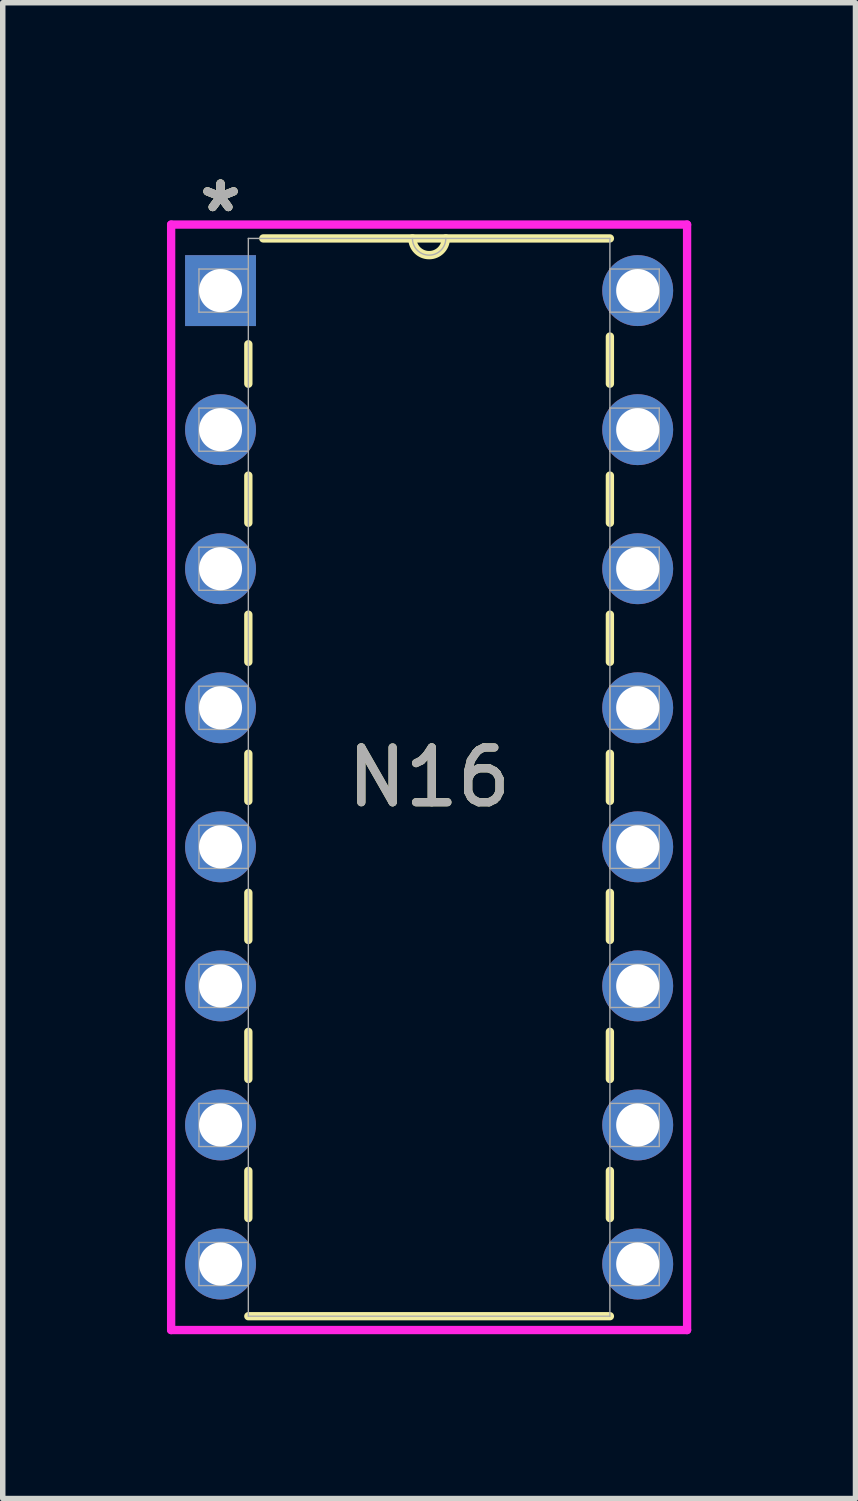
<source format=kicad_pcb>
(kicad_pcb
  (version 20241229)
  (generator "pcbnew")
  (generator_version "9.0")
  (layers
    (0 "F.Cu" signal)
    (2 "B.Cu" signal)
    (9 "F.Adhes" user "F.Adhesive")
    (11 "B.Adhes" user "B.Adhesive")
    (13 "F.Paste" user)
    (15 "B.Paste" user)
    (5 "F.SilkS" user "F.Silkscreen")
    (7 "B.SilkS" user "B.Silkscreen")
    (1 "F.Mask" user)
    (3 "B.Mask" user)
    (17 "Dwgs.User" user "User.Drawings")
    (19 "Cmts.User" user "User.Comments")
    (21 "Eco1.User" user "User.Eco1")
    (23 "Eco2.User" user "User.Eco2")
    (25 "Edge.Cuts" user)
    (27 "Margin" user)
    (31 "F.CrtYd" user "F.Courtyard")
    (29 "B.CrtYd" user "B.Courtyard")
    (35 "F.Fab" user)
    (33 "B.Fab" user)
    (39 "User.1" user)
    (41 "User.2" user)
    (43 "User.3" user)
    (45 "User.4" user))
  (footprint "N16"
    (layer "F.Cu")
    (at 8.598 20.038)
    (property "Reference" "N16" (at -3.81 -8.89 0) (unlocked yes) (layer "F.SilkS") (effects (font (size 1 1) (thickness 0.15))))
    (attr through_hole)
    (fp_line (start -7.112 -16.8) (end -7.112 -16.079) (stroke (width 0.152) (type solid)) (layer "F.SilkS"))
    (fp_line (start -7.112 -14.401) (end -7.112 -13.539) (stroke (width 0.152) (type solid)) (layer "F.SilkS"))
    (fp_line (start -7.112 -11.861) (end -7.112 -10.999) (stroke (width 0.152) (type solid)) (layer "F.SilkS"))
    (fp_line (start -7.112 -9.321) (end -7.112 -8.459) (stroke (width 0.152) (type solid)) (layer "F.SilkS"))
    (fp_line (start -7.112 -6.781) (end -7.112 -5.919) (stroke (width 0.152) (type solid)) (layer "F.SilkS"))
    (fp_line (start -7.112 -4.241) (end -7.112 -3.379) (stroke (width 0.152) (type solid)) (layer "F.SilkS"))
    (fp_line (start -7.112 -1.701) (end -7.112 -0.839) (stroke (width 0.152) (type solid)) (layer "F.SilkS"))
    (fp_line (start -7.112 0.953) (end -0.508 0.953) (stroke (width 0.152) (type solid)) (layer "F.SilkS"))
    (fp_line (start -0.508 -18.733) (end -6.839 -18.733) (stroke (width 0.152) (type solid)) (layer "F.SilkS"))
    (fp_line (start -0.508 -16.079) (end -0.508 -16.941) (stroke (width 0.152) (type solid)) (layer "F.SilkS"))
    (fp_line (start -0.508 -13.539) (end -0.508 -14.401) (stroke (width 0.152) (type solid)) (layer "F.SilkS"))
    (fp_line (start -0.508 -10.999) (end -0.508 -11.861) (stroke (width 0.152) (type solid)) (layer "F.SilkS"))
    (fp_line (start -0.508 -8.459) (end -0.508 -9.321) (stroke (width 0.152) (type solid)) (layer "F.SilkS"))
    (fp_line (start -0.508 -5.919) (end -0.508 -6.781) (stroke (width 0.152) (type solid)) (layer "F.SilkS"))
    (fp_line (start -0.508 -3.379) (end -0.508 -4.241) (stroke (width 0.152) (type solid)) (layer "F.SilkS"))
    (fp_line (start -0.508 -0.839) (end -0.508 -1.701) (stroke (width 0.152) (type solid)) (layer "F.SilkS"))
    (fp_arc (start -3.5052 -18.7325) (mid -3.81 -18.4277) (end -4.1148 -18.7325) (stroke (width 0.1524) (type solid)) (layer "F.SilkS"))
    (fp_line (start -8.522 -18.986) (end -8.522 1.206) (stroke (width 0.152) (type solid)) (layer "F.CrtYd"))
    (fp_line (start -8.522 1.206) (end 0.902 1.206) (stroke (width 0.152) (type solid)) (layer "F.CrtYd"))
    (fp_line (start 0.902 -18.986) (end -8.522 -18.986) (stroke (width 0.152) (type solid)) (layer "F.CrtYd"))
    (fp_line (start 0.902 1.206) (end 0.902 -18.986) (stroke (width 0.152) (type solid)) (layer "F.CrtYd"))
    (fp_line (start -8.014 -18.174) (end -8.014 -17.386) (stroke (width 0.025) (type solid)) (layer "F.Fab"))
    (fp_line (start -8.014 -17.386) (end -7.112 -17.386) (stroke (width 0.025) (type solid)) (layer "F.Fab"))
    (fp_line (start -8.014 -15.634) (end -8.014 -14.846) (stroke (width 0.025) (type solid)) (layer "F.Fab"))
    (fp_line (start -8.014 -14.846) (end -7.112 -14.846) (stroke (width 0.025) (type solid)) (layer "F.Fab"))
    (fp_line (start -8.014 -13.094) (end -8.014 -12.306) (stroke (width 0.025) (type solid)) (layer "F.Fab"))
    (fp_line (start -8.014 -12.306) (end -7.112 -12.306) (stroke (width 0.025) (type solid)) (layer "F.Fab"))
    (fp_line (start -8.014 -10.554) (end -8.014 -9.766) (stroke (width 0.025) (type solid)) (layer "F.Fab"))
    (fp_line (start -8.014 -9.766) (end -7.112 -9.766) (stroke (width 0.025) (type solid)) (layer "F.Fab"))
    (fp_line (start -8.014 -8.014) (end -8.014 -7.226) (stroke (width 0.025) (type solid)) (layer "F.Fab"))
    (fp_line (start -8.014 -7.226) (end -7.112 -7.226) (stroke (width 0.025) (type solid)) (layer "F.Fab"))
    (fp_line (start -8.014 -5.474) (end -8.014 -4.686) (stroke (width 0.025) (type solid)) (layer "F.Fab"))
    (fp_line (start -8.014 -4.686) (end -7.112 -4.686) (stroke (width 0.025) (type solid)) (layer "F.Fab"))
    (fp_line (start -8.014 -2.934) (end -8.014 -2.146) (stroke (width 0.025) (type solid)) (layer "F.Fab"))
    (fp_line (start -8.014 -2.146) (end -7.112 -2.146) (stroke (width 0.025) (type solid)) (layer "F.Fab"))
    (fp_line (start -8.014 -0.394) (end -8.014 0.394) (stroke (width 0.025) (type solid)) (layer "F.Fab"))
    (fp_line (start -8.014 0.394) (end -7.112 0.394) (stroke (width 0.025) (type solid)) (layer "F.Fab"))
    (fp_line (start -7.112 -18.733) (end -7.112 0.953) (stroke (width 0.025) (type solid)) (layer "F.Fab"))
    (fp_line (start -7.112 -18.174) (end -8.014 -18.174) (stroke (width 0.025) (type solid)) (layer "F.Fab"))
    (fp_line (start -7.112 -17.386) (end -7.112 -18.174) (stroke (width 0.025) (type solid)) (layer "F.Fab"))
    (fp_line (start -7.112 -15.634) (end -8.014 -15.634) (stroke (width 0.025) (type solid)) (layer "F.Fab"))
    (fp_line (start -7.112 -14.846) (end -7.112 -15.634) (stroke (width 0.025) (type solid)) (layer "F.Fab"))
    (fp_line (start -7.112 -13.094) (end -8.014 -13.094) (stroke (width 0.025) (type solid)) (layer "F.Fab"))
    (fp_line (start -7.112 -12.306) (end -7.112 -13.094) (stroke (width 0.025) (type solid)) (layer "F.Fab"))
    (fp_line (start -7.112 -10.554) (end -8.014 -10.554) (stroke (width 0.025) (type solid)) (layer "F.Fab"))
    (fp_line (start -7.112 -9.766) (end -7.112 -10.554) (stroke (width 0.025) (type solid)) (layer "F.Fab"))
    (fp_line (start -7.112 -8.014) (end -8.014 -8.014) (stroke (width 0.025) (type solid)) (layer "F.Fab"))
    (fp_line (start -7.112 -7.226) (end -7.112 -8.014) (stroke (width 0.025) (type solid)) (layer "F.Fab"))
    (fp_line (start -7.112 -5.474) (end -8.014 -5.474) (stroke (width 0.025) (type solid)) (layer "F.Fab"))
    (fp_line (start -7.112 -4.686) (end -7.112 -5.474) (stroke (width 0.025) (type solid)) (layer "F.Fab"))
    (fp_line (start -7.112 -2.934) (end -8.014 -2.934) (stroke (width 0.025) (type solid)) (layer "F.Fab"))
    (fp_line (start -7.112 -2.146) (end -7.112 -2.934) (stroke (width 0.025) (type solid)) (layer "F.Fab"))
    (fp_line (start -7.112 -0.394) (end -8.014 -0.394) (stroke (width 0.025) (type solid)) (layer "F.Fab"))
    (fp_line (start -7.112 0.394) (end -7.112 -0.394) (stroke (width 0.025) (type solid)) (layer "F.Fab"))
    (fp_line (start -7.112 0.953) (end -0.508 0.953) (stroke (width 0.025) (type solid)) (layer "F.Fab"))
    (fp_line (start -0.508 -18.733) (end -7.112 -18.733) (stroke (width 0.025) (type solid)) (layer "F.Fab"))
    (fp_line (start -0.508 -18.174) (end -0.508 -17.386) (stroke (width 0.025) (type solid)) (layer "F.Fab"))
    (fp_line (start -0.508 -17.386) (end 0.394 -17.386) (stroke (width 0.025) (type solid)) (layer "F.Fab"))
    (fp_line (start -0.508 -15.634) (end -0.508 -14.846) (stroke (width 0.025) (type solid)) (layer "F.Fab"))
    (fp_line (start -0.508 -14.846) (end 0.394 -14.846) (stroke (width 0.025) (type solid)) (layer "F.Fab"))
    (fp_line (start -0.508 -13.094) (end -0.508 -12.306) (stroke (width 0.025) (type solid)) (layer "F.Fab"))
    (fp_line (start -0.508 -12.306) (end 0.394 -12.306) (stroke (width 0.025) (type solid)) (layer "F.Fab"))
    (fp_line (start -0.508 -10.554) (end -0.508 -9.766) (stroke (width 0.025) (type solid)) (layer "F.Fab"))
    (fp_line (start -0.508 -9.766) (end 0.394 -9.766) (stroke (width 0.025) (type solid)) (layer "F.Fab"))
    (fp_line (start -0.508 -8.014) (end -0.508 -7.226) (stroke (width 0.025) (type solid)) (layer "F.Fab"))
    (fp_line (start -0.508 -7.226) (end 0.394 -7.226) (stroke (width 0.025) (type solid)) (layer "F.Fab"))
    (fp_line (start -0.508 -5.474) (end -0.508 -4.686) (stroke (width 0.025) (type solid)) (layer "F.Fab"))
    (fp_line (start -0.508 -4.686) (end 0.394 -4.686) (stroke (width 0.025) (type solid)) (layer "F.Fab"))
    (fp_line (start -0.508 -2.934) (end -0.508 -2.146) (stroke (width 0.025) (type solid)) (layer "F.Fab"))
    (fp_line (start -0.508 -2.146) (end 0.394 -2.146) (stroke (width 0.025) (type solid)) (layer "F.Fab"))
    (fp_line (start -0.508 -0.394) (end -0.508 0.394) (stroke (width 0.025) (type solid)) (layer "F.Fab"))
    (fp_line (start -0.508 0.394) (end 0.394 0.394) (stroke (width 0.025) (type solid)) (layer "F.Fab"))
    (fp_line (start -0.508 0.953) (end -0.508 -18.733) (stroke (width 0.025) (type solid)) (layer "F.Fab"))
    (fp_line (start 0.394 -18.174) (end -0.508 -18.174) (stroke (width 0.025) (type solid)) (layer "F.Fab"))
    (fp_line (start 0.394 -17.386) (end 0.394 -18.174) (stroke (width 0.025) (type solid)) (layer "F.Fab"))
    (fp_line (start 0.394 -15.634) (end -0.508 -15.634) (stroke (width 0.025) (type solid)) (layer "F.Fab"))
    (fp_line (start 0.394 -14.846) (end 0.394 -15.634) (stroke (width 0.025) (type solid)) (layer "F.Fab"))
    (fp_line (start 0.394 -13.094) (end -0.508 -13.094) (stroke (width 0.025) (type solid)) (layer "F.Fab"))
    (fp_line (start 0.394 -12.306) (end 0.394 -13.094) (stroke (width 0.025) (type solid)) (layer "F.Fab"))
    (fp_line (start 0.394 -10.554) (end -0.508 -10.554) (stroke (width 0.025) (type solid)) (layer "F.Fab"))
    (fp_line (start 0.394 -9.766) (end 0.394 -10.554) (stroke (width 0.025) (type solid)) (layer "F.Fab"))
    (fp_line (start 0.394 -8.014) (end -0.508 -8.014) (stroke (width 0.025) (type solid)) (layer "F.Fab"))
    (fp_line (start 0.394 -7.226) (end 0.394 -8.014) (stroke (width 0.025) (type solid)) (layer "F.Fab"))
    (fp_line (start 0.394 -5.474) (end -0.508 -5.474) (stroke (width 0.025) (type solid)) (layer "F.Fab"))
    (fp_line (start 0.394 -4.686) (end 0.394 -5.474) (stroke (width 0.025) (type solid)) (layer "F.Fab"))
    (fp_line (start 0.394 -2.934) (end -0.508 -2.934) (stroke (width 0.025) (type solid)) (layer "F.Fab"))
    (fp_line (start 0.394 -2.146) (end 0.394 -2.934) (stroke (width 0.025) (type solid)) (layer "F.Fab"))
    (fp_line (start 0.394 -0.394) (end -0.508 -0.394) (stroke (width 0.025) (type solid)) (layer "F.Fab"))
    (fp_line (start 0.394 0.394) (end 0.394 -0.394) (stroke (width 0.025) (type solid)) (layer "F.Fab"))
    (fp_arc (start -3.5052 -18.7325) (mid -3.81 -18.4277) (end -4.1148 -18.7325) (stroke (width 0.0254) (type solid)) (layer "F.Fab"))
    (fp_text user "*" (at -7.62 -19.19 0) (unlocked yes) (layer "F.SilkS") (effects (font (size 1 1) (thickness 0.15))))
    (fp_text user "*" (at -7.62 -19.19 0) (layer "F.SilkS") (effects (font (size 1 1) (thickness 0.15))))
    (fp_text user "*" (at -7.62 -19.19 0) (layer "F.Fab") (effects (font (size 1 1) (thickness 0.15))))
    (fp_text user "${REFERENCE}" (at -3.81 -8.89 0) (unlocked yes) (layer "F.Fab") (effects (font (size 1 1) (thickness 0.15))))
    (fp_text user "*" (at -7.62 -19.19 0) (unlocked yes) (layer "F.Fab") (effects (font (size 1 1) (thickness 0.15))))
    (pad "1" thru_hole rect (at -7.62 -17.78) (size 1.295 1.295) (drill 0.787) (layers "*.Cu" "*.Mask"))
    (pad "2" thru_hole circle (at -7.62 -15.24) (size 1.295 1.295) (drill 0.787) (layers "*.Cu" "*.Mask"))
    (pad "3" thru_hole circle (at -7.62 -12.7) (size 1.295 1.295) (drill 0.787) (layers "*.Cu" "*.Mask"))
    (pad "4" thru_hole circle (at -7.62 -10.16) (size 1.295 1.295) (drill 0.787) (layers "*.Cu" "*.Mask"))
    (pad "5" thru_hole circle (at -7.62 -7.62) (size 1.295 1.295) (drill 0.787) (layers "*.Cu" "*.Mask"))
    (pad "6" thru_hole circle (at -7.62 -5.08) (size 1.295 1.295) (drill 0.787) (layers "*.Cu" "*.Mask"))
    (pad "7" thru_hole circle (at -7.62 -2.54) (size 1.295 1.295) (drill 0.787) (layers "*.Cu" "*.Mask"))
    (pad "8" thru_hole circle (at -7.62 0) (size 1.295 1.295) (drill 0.787) (layers "*.Cu" "*.Mask"))
    (pad "9" thru_hole circle (at 0 0) (size 1.295 1.295) (drill 0.787) (layers "*.Cu" "*.Mask"))
    (pad "10" thru_hole circle (at 0 -2.54) (size 1.295 1.295) (drill 0.787) (layers "*.Cu" "*.Mask"))
    (pad "11" thru_hole circle (at 0 -5.08) (size 1.295 1.295) (drill 0.787) (layers "*.Cu" "*.Mask"))
    (pad "12" thru_hole circle (at 0 -7.62) (size 1.295 1.295) (drill 0.787) (layers "*.Cu" "*.Mask"))
    (pad "13" thru_hole circle (at 0 -10.16) (size 1.295 1.295) (drill 0.787) (layers "*.Cu" "*.Mask"))
    (pad "14" thru_hole circle (at 0 -12.7) (size 1.295 1.295) (drill 0.787) (layers "*.Cu" "*.Mask"))
    (pad "15" thru_hole circle (at 0 -15.24) (size 1.295 1.295) (drill 0.787) (layers "*.Cu" "*.Mask"))
    (pad "16" thru_hole circle (at 0 -17.78) (size 1.295 1.295) (drill 0.787) (layers "*.Cu" "*.Mask")))
  (gr_rect
    (start -3 -3)
    (end 12.576 24.321)
    (stroke (width 0.1) (type default))
    (fill no)
    (layer "Edge.Cuts")))
</source>
